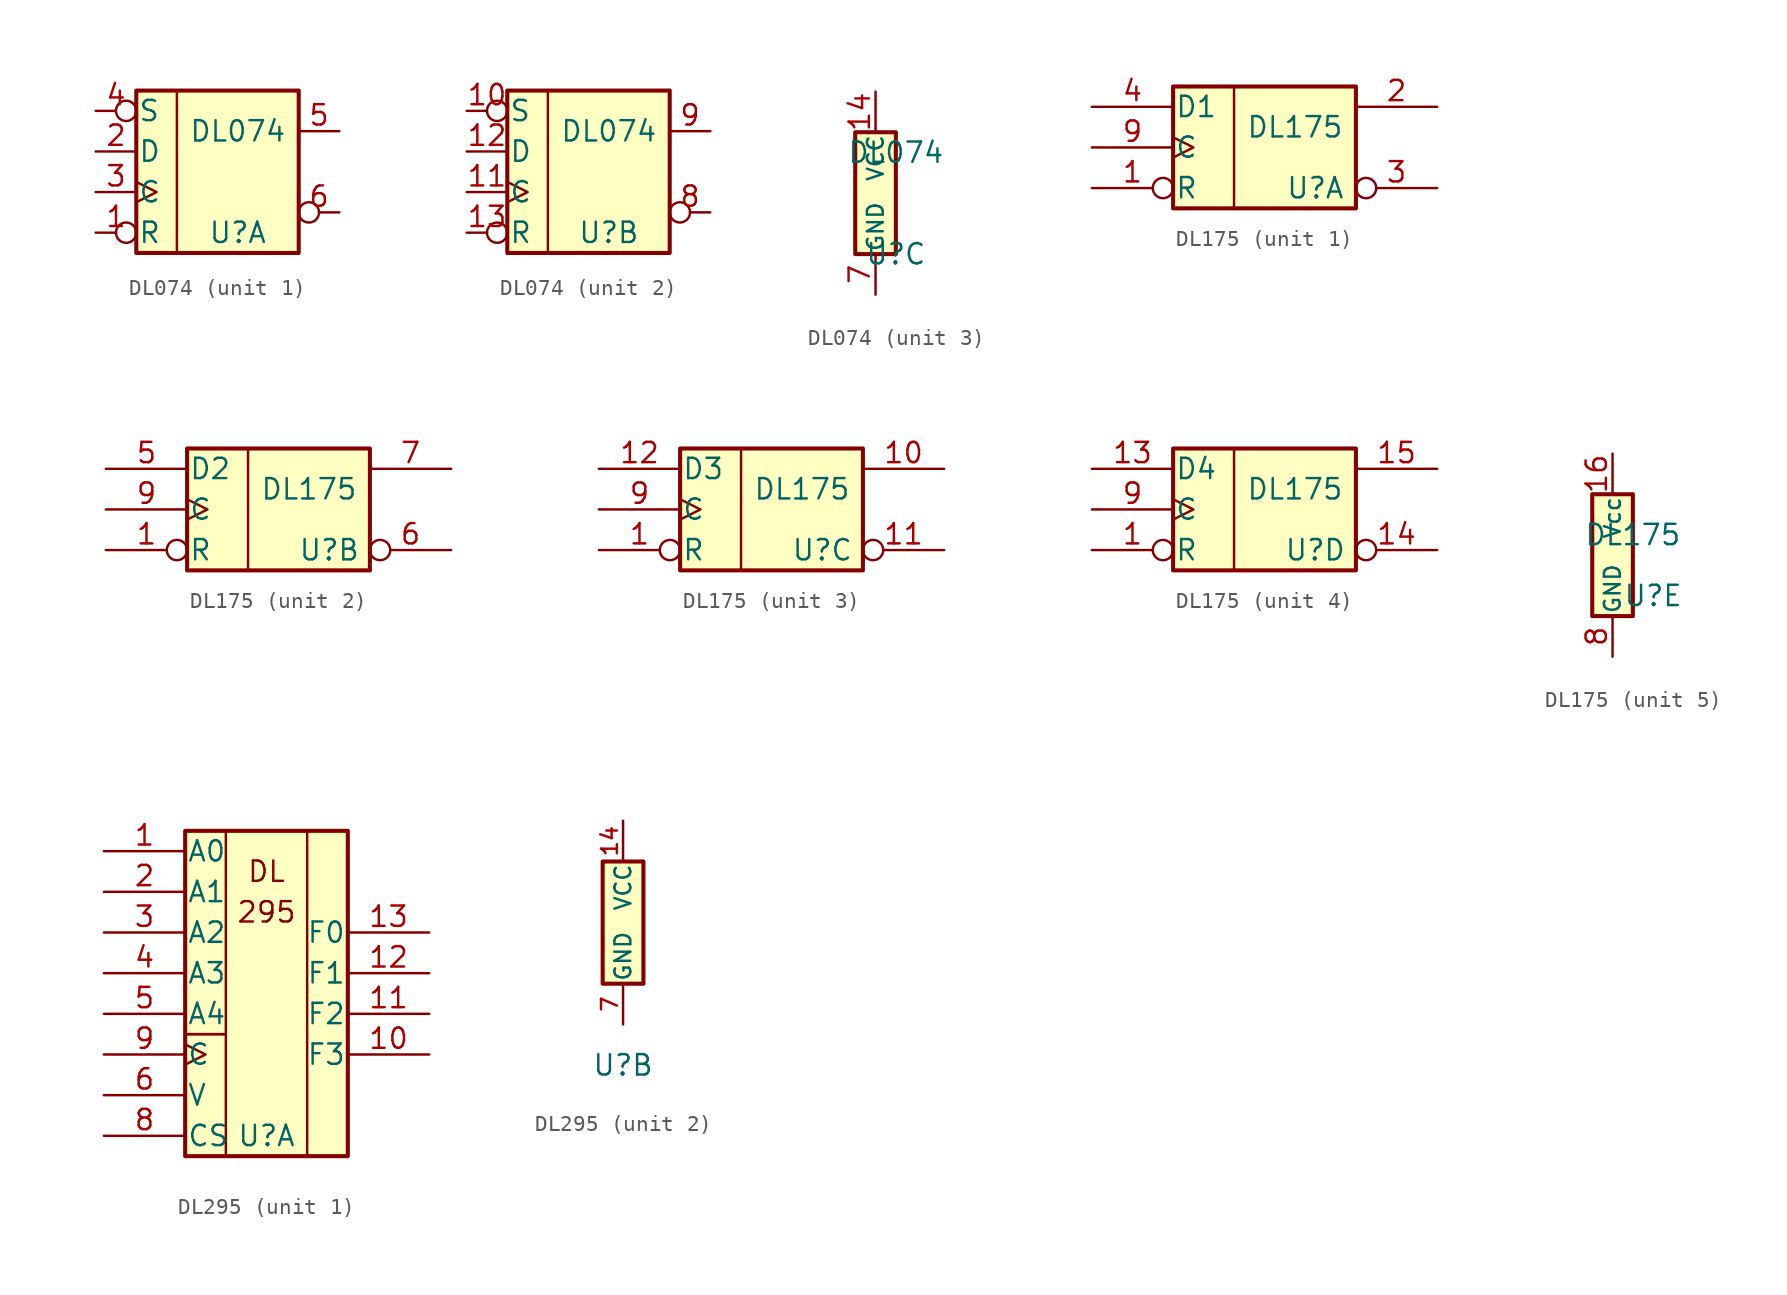
<source format=kicad_sym>
(kicad_symbol_lib
  (version 20211014)
  (generator kicad_symbol_editor)
  (symbol "DL074"
    (pin_names
      (offset 0.102))
    (property "Reference" "U"
      (at 1.27 -3.81 0)
      (effects (font (size 1.27 1.27))))
    (property "Value" "DL074"
      (at 1.27 2.54 0)
      (effects (font (size 1.27 1.27))))
    (property "ki_locked" ""
      (at 0 0 0)
      (effects (font (size 1.27 1.27))))
    (symbol "DL074_1_0"
      (pin input inverted (at -7.62 -3.81 0) (length 2.54) (name "R" (effects (font (size 1.27 1.27)))) (number "1" (effects (font (size 1.27 1.27)))))
      (pin input line (at -7.62 1.27 0) (length 2.54) (name "D" (effects (font (size 1.27 1.27)))) (number "2" (effects (font (size 1.27 1.27)))))
      (pin input clock (at -7.62 -1.27 0) (length 2.54) (name "C" (effects (font (size 1.27 1.27)))) (number "3" (effects (font (size 1.27 1.27)))))
      (pin input inverted (at -7.62 3.81 0) (length 2.54) (name "S" (effects (font (size 1.27 1.27)))) (number "4" (effects (font (size 1.27 1.27)))))
      (pin output line (at 7.62 2.54 180) (length 2.54) (name "~" (effects (font (size 1.27 1.27)))) (number "5" (effects (font (size 1.27 1.27)))))
      (pin output inverted (at 7.62 -2.54 180) (length 2.54) (name "~" (effects (font (size 1.27 1.27)))) (number "6" (effects (font (size 1.27 1.27))))))
    (symbol "DL074_1_1"
      (rectangle (start -5.08 5.08) (end 5.08 -5.08) (stroke (width 0.254) (type default) (color 0 0 0 0)) (fill (type background)))
      (rectangle (start -2.54 5.08) (end -2.54 -5.08) (stroke (width 0) (type default) (color 0 0 0 0)) (fill (type none))))
    (symbol "DL074_2_0"
      (pin input inverted (at -7.62 3.81 0) (length 2.54) (name "S" (effects (font (size 1.27 1.27)))) (number "10" (effects (font (size 1.27 1.27)))))
      (pin input clock (at -7.62 -1.27 0) (length 2.54) (name "C" (effects (font (size 1.27 1.27)))) (number "11" (effects (font (size 1.27 1.27)))))
      (pin input line (at -7.62 1.27 0) (length 2.54) (name "D" (effects (font (size 1.27 1.27)))) (number "12" (effects (font (size 1.27 1.27)))))
      (pin input inverted (at -7.62 -3.81 0) (length 2.54) (name "R" (effects (font (size 1.27 1.27)))) (number "13" (effects (font (size 1.27 1.27)))))
      (pin output inverted (at 7.62 -2.54 180) (length 2.54) (name "~" (effects (font (size 1.27 1.27)))) (number "8" (effects (font (size 1.27 1.27)))))
      (pin output line (at 7.62 2.54 180) (length 2.54) (name "~" (effects (font (size 1.27 1.27)))) (number "9" (effects (font (size 1.27 1.27))))))
    (symbol "DL074_2_1"
      (rectangle (start -5.08 5.08) (end 5.08 -5.08) (stroke (width 0.254) (type default) (color 0 0 0 0)) (fill (type background)))
      (rectangle (start -2.54 5.08) (end -2.54 -5.08) (stroke (width 0) (type default) (color 0 0 0 0)) (fill (type none))))
    (symbol "DL074_3_0"
      (pin power_in line (at 0 6.35 270) (length 2.54) (name "VCC" (effects (font (size 0.991 0.991)))) (number "14" (effects (font (size 1.27 1.27)))))
      (pin power_in line (at 0 -6.35 90) (length 2.54) (name "GND" (effects (font (size 0.991 0.991)))) (number "7" (effects (font (size 1.27 1.27))))))
    (symbol "DL074_3_1"
      (rectangle (start -1.27 3.81) (end 1.27 -3.81) (stroke (width 0.254) (type default) (color 0 0 0 0)) (fill (type background)))))
  (symbol "DL175"
    (pin_names
      (offset 0.102))
    (property "Reference" "U"
      (at 2.54 -2.54 0)
      (effects (font (size 1.27 1.27))))
    (property "Value" "DL175"
      (at 1.27 1.27 0)
      (effects (font (size 1.27 1.27))))
    (property "ki_locked" ""
      (at 0 0 0)
      (effects (font (size 1.27 1.27))))
    (symbol "DL175_1_0"
      (pin input inverted (at -11.43 -2.54 0) (length 5.08) (name "R" (effects (font (size 1.27 1.27)))) (number "1" (effects (font (size 1.27 1.27)))))
      (pin output line (at 10.16 2.54 180) (length 5.08) (name "~" (effects (font (size 1.27 1.27)))) (number "2" (effects (font (size 1.27 1.27)))))
      (pin output inverted (at 10.16 -2.54 180) (length 5.08) (name "~" (effects (font (size 1.27 1.27)))) (number "3" (effects (font (size 1.27 1.27)))))
      (pin input line (at -11.43 2.54 0) (length 5.08) (name "D1" (effects (font (size 1.27 1.27)))) (number "4" (effects (font (size 1.27 1.27)))))
      (pin input clock (at -11.43 0 0) (length 5.08) (name "C" (effects (font (size 1.27 1.27)))) (number "9" (effects (font (size 1.27 1.27))))))
    (symbol "DL175_1_1"
      (rectangle (start -6.35 3.81) (end 5.08 -3.81) (stroke (width 0.254) (type default) (color 0 0 0 0)) (fill (type background)))
      (rectangle (start -2.54 3.81) (end -2.54 -3.81) (stroke (width 0) (type default) (color 0 0 0 0)) (fill (type none))))
    (symbol "DL175_2_0"
      (pin input inverted (at -11.43 -2.54 0) (length 5.08) (name "R" (effects (font (size 1.27 1.27)))) (number "1" (effects (font (size 1.27 1.27)))))
      (pin input line (at -11.43 2.54 0) (length 5.08) (name "D2" (effects (font (size 1.27 1.27)))) (number "5" (effects (font (size 1.27 1.27)))))
      (pin output inverted (at 10.16 -2.54 180) (length 5.08) (name "~" (effects (font (size 1.27 1.27)))) (number "6" (effects (font (size 1.27 1.27)))))
      (pin output line (at 10.16 2.54 180) (length 5.08) (name "~" (effects (font (size 1.27 1.27)))) (number "7" (effects (font (size 1.27 1.27)))))
      (pin input clock (at -11.43 0 0) (length 5.08) (name "C" (effects (font (size 1.27 1.27)))) (number "9" (effects (font (size 1.27 1.27))))))
    (symbol "DL175_2_1"
      (rectangle (start -6.35 3.81) (end 5.08 -3.81) (stroke (width 0.254) (type default) (color 0 0 0 0)) (fill (type background)))
      (rectangle (start -2.54 3.81) (end -2.54 -3.81) (stroke (width 0) (type default) (color 0 0 0 0)) (fill (type none))))
    (symbol "DL175_3_0"
      (pin input inverted (at -11.43 -2.54 0) (length 5.08) (name "R" (effects (font (size 1.27 1.27)))) (number "1" (effects (font (size 1.27 1.27)))))
      (pin output line (at 10.16 2.54 180) (length 5.08) (name "~" (effects (font (size 1.27 1.27)))) (number "10" (effects (font (size 1.27 1.27)))))
      (pin output inverted (at 10.16 -2.54 180) (length 5.08) (name "~" (effects (font (size 1.27 1.27)))) (number "11" (effects (font (size 1.27 1.27)))))
      (pin input line (at -11.43 2.54 0) (length 5.08) (name "D3" (effects (font (size 1.27 1.27)))) (number "12" (effects (font (size 1.27 1.27)))))
      (pin input clock (at -11.43 0 0) (length 5.08) (name "C" (effects (font (size 1.27 1.27)))) (number "9" (effects (font (size 1.27 1.27))))))
    (symbol "DL175_3_1"
      (rectangle (start -6.35 3.81) (end 5.08 -3.81) (stroke (width 0.254) (type default) (color 0 0 0 0)) (fill (type background)))
      (rectangle (start -2.54 3.81) (end -2.54 -3.81) (stroke (width 0) (type default) (color 0 0 0 0)) (fill (type none))))
    (symbol "DL175_4_0"
      (pin input inverted (at -11.43 -2.54 0) (length 5.08) (name "R" (effects (font (size 1.27 1.27)))) (number "1" (effects (font (size 1.27 1.27)))))
      (pin input line (at -11.43 2.54 0) (length 5.08) (name "D4" (effects (font (size 1.27 1.27)))) (number "13" (effects (font (size 1.27 1.27)))))
      (pin output inverted (at 10.16 -2.54 180) (length 5.08) (name "~" (effects (font (size 1.27 1.27)))) (number "14" (effects (font (size 1.27 1.27)))))
      (pin output line (at 10.16 2.54 180) (length 5.08) (name "~" (effects (font (size 1.27 1.27)))) (number "15" (effects (font (size 1.27 1.27)))))
      (pin input clock (at -11.43 0 0) (length 5.08) (name "C" (effects (font (size 1.27 1.27)))) (number "9" (effects (font (size 1.27 1.27))))))
    (symbol "DL175_4_1"
      (rectangle (start -6.35 3.81) (end 5.08 -3.81) (stroke (width 0.254) (type default) (color 0 0 0 0)) (fill (type background)))
      (rectangle (start -2.54 3.81) (end -2.54 -3.81) (stroke (width 0) (type default) (color 0 0 0 0)) (fill (type none))))
    (symbol "DL175_5_0"
      (pin power_in line (at 0 6.35 270) (length 2.54) (name "Vcc" (effects (font (size 0.991 0.991)))) (number "16" (effects (font (size 1.27 1.27)))))
      (pin power_in line (at 0 -6.35 90) (length 2.54) (name "GND" (effects (font (size 0.991 0.991)))) (number "8" (effects (font (size 1.27 1.27))))))
    (symbol "DL175_5_1"
      (rectangle (start -1.27 3.81) (end 1.27 -3.81) (stroke (width 0.254) (type default) (color 0 0 0 0)) (fill (type background)))))
  (symbol "DL295"
    (pin_names
      (offset 0.102))
    (property "Reference" "U"
      (at 0 -8.89 0)
      (effects (font (size 1.27 1.27))))
    (property "ki_locked" ""
      (at 0 0 0)
      (effects (font (size 1.27 1.27))))
    (symbol "DL295_1_0"
      (text "295" (at 0 5.08 0) (effects (font (size 1.27 1.27))))
      (text "DL" (at 0 7.62 0) (effects (font (size 1.27 1.27))))
      (pin input line (at -10.16 8.89 0) (length 5.08) (name "A0" (effects (font (size 1.27 1.27)))) (number "1" (effects (font (size 1.27 1.27)))))
      (pin tri_state line (at 10.16 -3.81 180) (length 5.08) (name "F3" (effects (font (size 1.27 1.27)))) (number "10" (effects (font (size 1.27 1.27)))))
      (pin tri_state line (at 10.16 -1.27 180) (length 5.08) (name "F2" (effects (font (size 1.27 1.27)))) (number "11" (effects (font (size 1.27 1.27)))))
      (pin tri_state line (at 10.16 1.27 180) (length 5.08) (name "F1" (effects (font (size 1.27 1.27)))) (number "12" (effects (font (size 1.27 1.27)))))
      (pin tri_state line (at 10.16 3.81 180) (length 5.08) (name "F0" (effects (font (size 1.27 1.27)))) (number "13" (effects (font (size 1.27 1.27)))))
      (pin input line (at -10.16 6.35 0) (length 5.08) (name "A1" (effects (font (size 1.27 1.27)))) (number "2" (effects (font (size 1.27 1.27)))))
      (pin input line (at -10.16 3.81 0) (length 5.08) (name "A2" (effects (font (size 1.27 1.27)))) (number "3" (effects (font (size 1.27 1.27)))))
      (pin input line (at -10.16 1.27 0) (length 5.08) (name "A3" (effects (font (size 1.27 1.27)))) (number "4" (effects (font (size 1.27 1.27)))))
      (pin input line (at -10.16 -1.27 0) (length 5.08) (name "A4" (effects (font (size 1.27 1.27)))) (number "5" (effects (font (size 1.27 1.27)))))
      (pin input line (at -10.16 -6.35 0) (length 5.08) (name "V" (effects (font (size 1.27 1.27)))) (number "6" (effects (font (size 1.27 1.27)))))
      (pin input line (at -10.16 -8.89 0) (length 5.08) (name "CS" (effects (font (size 1.27 1.27)))) (number "8" (effects (font (size 1.27 1.27)))))
      (pin input clock (at -10.16 -3.81 0) (length 5.08) (name "C" (effects (font (size 1.27 1.27)))) (number "9" (effects (font (size 1.27 1.27))))))
    (symbol "DL295_1_1"
      (rectangle (start -5.08 -10.16) (end -2.54 -2.54) (stroke (width 0) (type default) (color 0 0 0 0)) (fill (type none)))
      (rectangle (start -5.08 10.16) (end -2.54 -2.54) (stroke (width 0) (type default) (color 0 0 0 0)) (fill (type none)))
      (rectangle (start -5.08 10.16) (end 5.08 -10.16) (stroke (width 0.254) (type default) (color 0 0 0 0)) (fill (type background)))
      (rectangle (start 2.54 10.16) (end 2.54 -10.16) (stroke (width 0) (type default) (color 0 0 0 0)) (fill (type none))))
    (symbol "DL295_2_0"
      (pin power_in line (at 0 6.35 270) (length 2.54) (name "VCC" (effects (font (size 0.991 0.991)))) (number "14" (effects (font (size 0.991 0.991)))))
      (pin power_in line (at 0 -6.35 90) (length 2.54) (name "GND" (effects (font (size 0.991 0.991)))) (number "7" (effects (font (size 0.991 0.991))))))
    (symbol "DL295_2_1"
      (rectangle (start -1.27 3.81) (end 1.27 -3.81) (stroke (width 0.254) (type default) (color 0 0 0 0)) (fill (type background))))))
</source>
